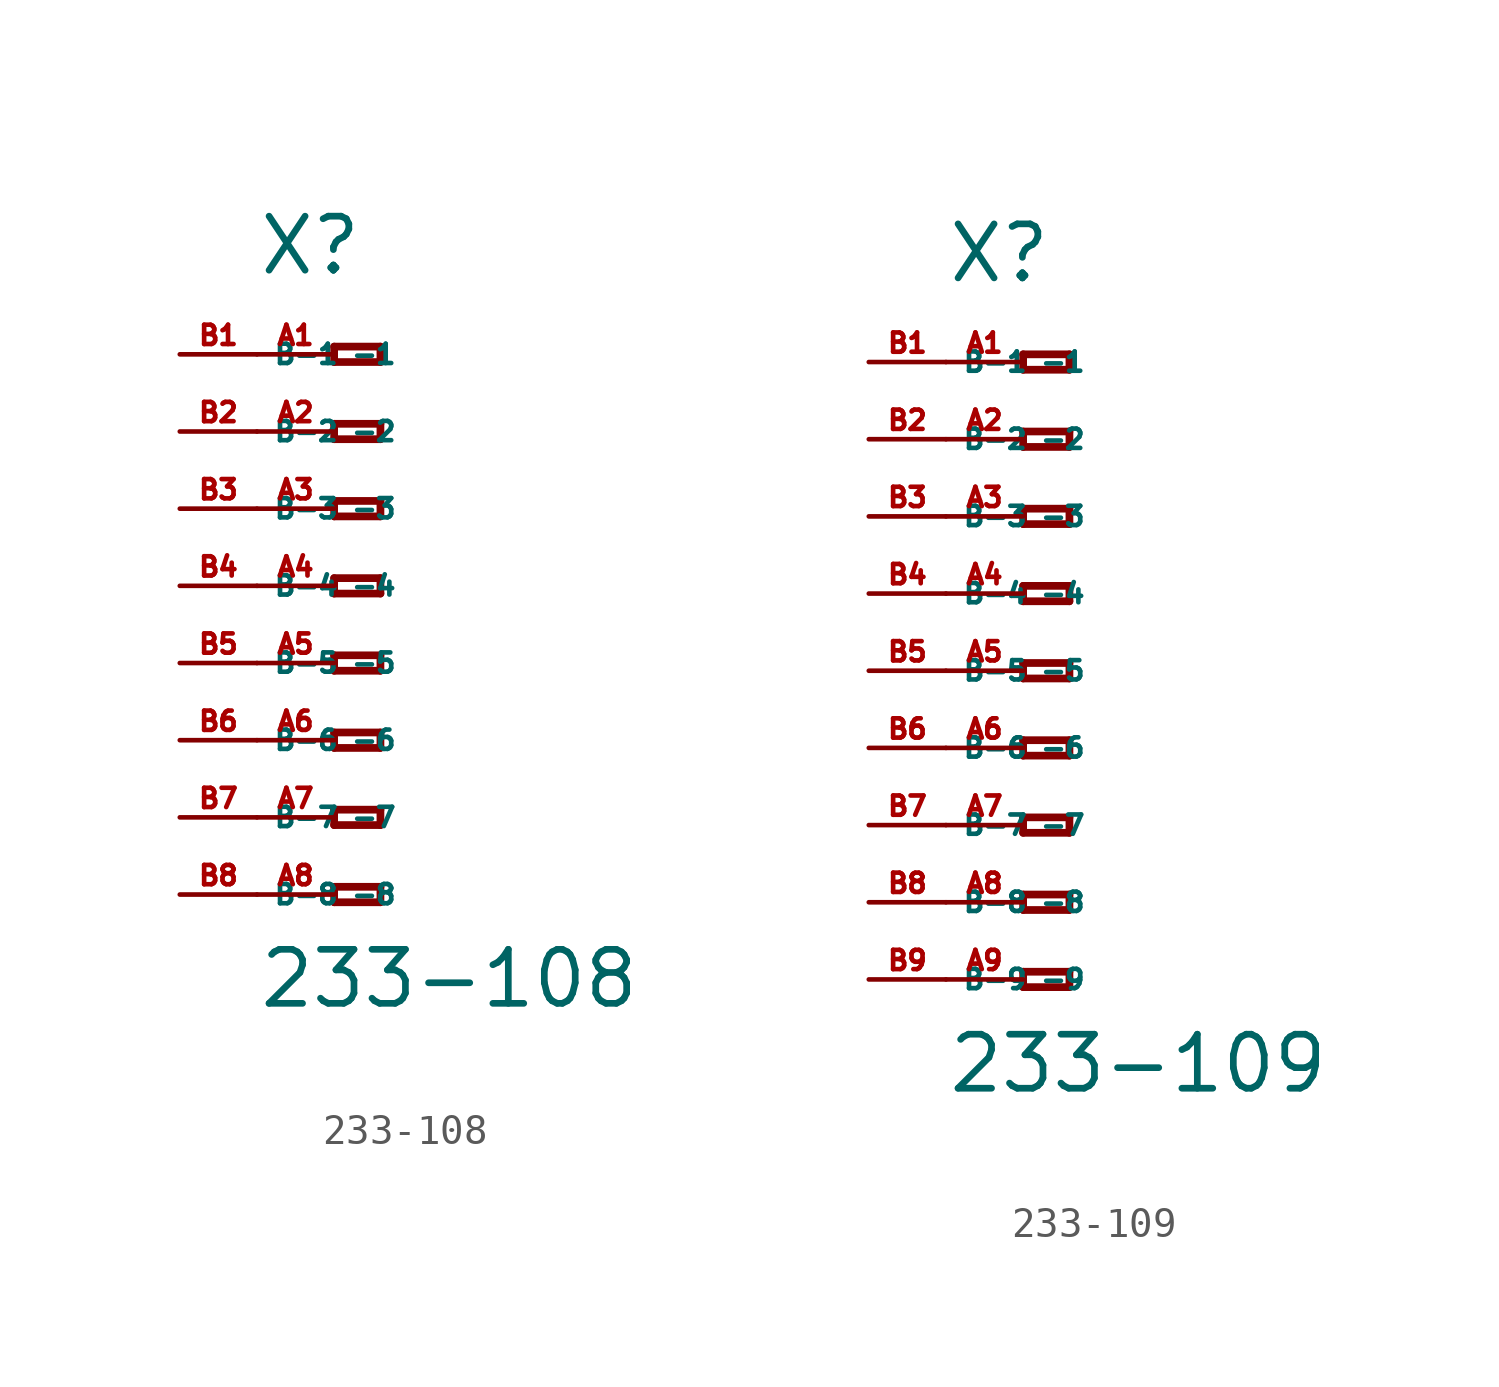
<source format=kicad_sym>
(kicad_symbol_lib
  (version 20220914)
  (generator Eagle2Kicad)
  (symbol "233-108"
    (property "Reference" "X"
      (at -5.08 10.16 0)
      (effects (font (size 1.778 1.778) (thickness 0.22)) (justify left bottom)))
    (property "Value" "233-108"
      (at -5.08 -13.97 0)
      (effects (font (size 1.778 1.778) (thickness 0.22)) (justify left bottom)))
    (polyline
      (pts (xy -2.54 7.874) (xy -2.54 7.366))
      (stroke (width 0.254) (type default))
      (fill (type none)))
    (polyline
      (pts (xy -2.54 7.366) (xy -1.016 7.366))
      (stroke (width 0.254) (type default))
      (fill (type none)))
    (polyline
      (pts (xy -1.016 7.366) (xy -1.016 7.874))
      (stroke (width 0.254) (type default))
      (fill (type none)))
    (polyline
      (pts (xy -1.016 7.874) (xy -2.54 7.874))
      (stroke (width 0.254) (type default))
      (fill (type none)))
    (polyline
      (pts (xy -2.54 5.334) (xy -2.54 4.826))
      (stroke (width 0.254) (type default))
      (fill (type none)))
    (polyline
      (pts (xy -2.54 4.826) (xy -1.016 4.826))
      (stroke (width 0.254) (type default))
      (fill (type none)))
    (polyline
      (pts (xy -1.016 4.826) (xy -1.016 5.334))
      (stroke (width 0.254) (type default))
      (fill (type none)))
    (polyline
      (pts (xy -1.016 5.334) (xy -2.54 5.334))
      (stroke (width 0.254) (type default))
      (fill (type none)))
    (polyline
      (pts (xy -2.54 2.794) (xy -2.54 2.286))
      (stroke (width 0.254) (type default))
      (fill (type none)))
    (polyline
      (pts (xy -2.54 2.286) (xy -1.016 2.286))
      (stroke (width 0.254) (type default))
      (fill (type none)))
    (polyline
      (pts (xy -1.016 2.286) (xy -1.016 2.794))
      (stroke (width 0.254) (type default))
      (fill (type none)))
    (polyline
      (pts (xy -1.016 2.794) (xy -2.54 2.794))
      (stroke (width 0.254) (type default))
      (fill (type none)))
    (polyline
      (pts (xy -2.54 0.254) (xy -2.54 -0.254))
      (stroke (width 0.254) (type default))
      (fill (type none)))
    (polyline
      (pts (xy -2.54 -0.254) (xy -1.016 -0.254))
      (stroke (width 0.254) (type default))
      (fill (type none)))
    (polyline
      (pts (xy -1.016 -0.254) (xy -1.016 0.254))
      (stroke (width 0.254) (type default))
      (fill (type none)))
    (polyline
      (pts (xy -1.016 0.254) (xy -2.54 0.254))
      (stroke (width 0.254) (type default))
      (fill (type none)))
    (polyline
      (pts (xy -2.54 -2.286) (xy -2.54 -2.794))
      (stroke (width 0.254) (type default))
      (fill (type none)))
    (polyline
      (pts (xy -2.54 -2.794) (xy -1.016 -2.794))
      (stroke (width 0.254) (type default))
      (fill (type none)))
    (polyline
      (pts (xy -1.016 -2.794) (xy -1.016 -2.286))
      (stroke (width 0.254) (type default))
      (fill (type none)))
    (polyline
      (pts (xy -1.016 -2.286) (xy -2.54 -2.286))
      (stroke (width 0.254) (type default))
      (fill (type none)))
    (polyline
      (pts (xy -2.54 -4.826) (xy -2.54 -5.334))
      (stroke (width 0.254) (type default))
      (fill (type none)))
    (polyline
      (pts (xy -2.54 -5.334) (xy -1.016 -5.334))
      (stroke (width 0.254) (type default))
      (fill (type none)))
    (polyline
      (pts (xy -1.016 -5.334) (xy -1.016 -4.826))
      (stroke (width 0.254) (type default))
      (fill (type none)))
    (polyline
      (pts (xy -1.016 -4.826) (xy -2.54 -4.826))
      (stroke (width 0.254) (type default))
      (fill (type none)))
    (polyline
      (pts (xy -2.54 -7.366) (xy -2.54 -7.874))
      (stroke (width 0.254) (type default))
      (fill (type none)))
    (polyline
      (pts (xy -2.54 -7.874) (xy -1.016 -7.874))
      (stroke (width 0.254) (type default))
      (fill (type none)))
    (polyline
      (pts (xy -1.016 -7.874) (xy -1.016 -7.366))
      (stroke (width 0.254) (type default))
      (fill (type none)))
    (polyline
      (pts (xy -1.016 -7.366) (xy -2.54 -7.366))
      (stroke (width 0.254) (type default))
      (fill (type none)))
    (polyline
      (pts (xy -2.54 -9.906) (xy -2.54 -10.414))
      (stroke (width 0.254) (type default))
      (fill (type none)))
    (polyline
      (pts (xy -2.54 -10.414) (xy -1.016 -10.414))
      (stroke (width 0.254) (type default))
      (fill (type none)))
    (polyline
      (pts (xy -1.016 -10.414) (xy -1.016 -9.906))
      (stroke (width 0.254) (type default))
      (fill (type none)))
    (polyline
      (pts (xy -1.016 -9.906) (xy -2.54 -9.906))
      (stroke (width 0.254) (type default))
      (fill (type none)))
    (pin passive line
      (at -5.08 7.62 0)
      (length 2.54)
      (name "-1" (effects (font (size 0.635 0.635) (thickness 0.08)) (justify left bottom)))
      (number "A1" (effects (font (size 0.635 0.635) (thickness 0.08)) (justify left bottom))))
    (pin passive line
      (at -5.08 5.08 0)
      (length 2.54)
      (name "-2" (effects (font (size 0.635 0.635) (thickness 0.08)) (justify left bottom)))
      (number "A2" (effects (font (size 0.635 0.635) (thickness 0.08)) (justify left bottom))))
    (pin passive line
      (at -5.08 2.54 0)
      (length 2.54)
      (name "-3" (effects (font (size 0.635 0.635) (thickness 0.08)) (justify left bottom)))
      (number "A3" (effects (font (size 0.635 0.635) (thickness 0.08)) (justify left bottom))))
    (pin passive line
      (at -5.08 0 0)
      (length 2.54)
      (name "-4" (effects (font (size 0.635 0.635) (thickness 0.08)) (justify left bottom)))
      (number "A4" (effects (font (size 0.635 0.635) (thickness 0.08)) (justify left bottom))))
    (pin passive line
      (at -5.08 -2.54 0)
      (length 2.54)
      (name "-5" (effects (font (size 0.635 0.635) (thickness 0.08)) (justify left bottom)))
      (number "A5" (effects (font (size 0.635 0.635) (thickness 0.08)) (justify left bottom))))
    (pin passive line
      (at -5.08 -5.08 0)
      (length 2.54)
      (name "-6" (effects (font (size 0.635 0.635) (thickness 0.08)) (justify left bottom)))
      (number "A6" (effects (font (size 0.635 0.635) (thickness 0.08)) (justify left bottom))))
    (pin passive line
      (at -5.08 -7.62 0)
      (length 2.54)
      (name "-7" (effects (font (size 0.635 0.635) (thickness 0.08)) (justify left bottom)))
      (number "A7" (effects (font (size 0.635 0.635) (thickness 0.08)) (justify left bottom))))
    (pin passive line
      (at -5.08 -10.16 0)
      (length 2.54)
      (name "-8" (effects (font (size 0.635 0.635) (thickness 0.08)) (justify left bottom)))
      (number "A8" (effects (font (size 0.635 0.635) (thickness 0.08)) (justify left bottom))))
    (pin passive line
      (at -7.62 -10.16 0)
      (length 2.54)
      (name "B-8" (effects (font (size 0.635 0.635) (thickness 0.08)) (justify left bottom)))
      (number "B8" (effects (font (size 0.635 0.635) (thickness 0.08)) (justify left bottom))))
    (pin passive line
      (at -7.62 7.62 0)
      (length 2.54)
      (name "B-1" (effects (font (size 0.635 0.635) (thickness 0.08)) (justify left bottom)))
      (number "B1" (effects (font (size 0.635 0.635) (thickness 0.08)) (justify left bottom))))
    (pin passive line
      (at -7.62 5.08 0)
      (length 2.54)
      (name "B-2" (effects (font (size 0.635 0.635) (thickness 0.08)) (justify left bottom)))
      (number "B2" (effects (font (size 0.635 0.635) (thickness 0.08)) (justify left bottom))))
    (pin passive line
      (at -7.62 2.54 0)
      (length 2.54)
      (name "B-3" (effects (font (size 0.635 0.635) (thickness 0.08)) (justify left bottom)))
      (number "B3" (effects (font (size 0.635 0.635) (thickness 0.08)) (justify left bottom))))
    (pin passive line
      (at -7.62 0 0)
      (length 2.54)
      (name "B-4" (effects (font (size 0.635 0.635) (thickness 0.08)) (justify left bottom)))
      (number "B4" (effects (font (size 0.635 0.635) (thickness 0.08)) (justify left bottom))))
    (pin passive line
      (at -7.62 -2.54 0)
      (length 2.54)
      (name "B-5" (effects (font (size 0.635 0.635) (thickness 0.08)) (justify left bottom)))
      (number "B5" (effects (font (size 0.635 0.635) (thickness 0.08)) (justify left bottom))))
    (pin passive line
      (at -7.62 -5.08 0)
      (length 2.54)
      (name "B-6" (effects (font (size 0.635 0.635) (thickness 0.08)) (justify left bottom)))
      (number "B6" (effects (font (size 0.635 0.635) (thickness 0.08)) (justify left bottom))))
    (pin passive line
      (at -7.62 -7.62 0)
      (length 2.54)
      (name "B-7" (effects (font (size 0.635 0.635) (thickness 0.08)) (justify left bottom)))
      (number "B7" (effects (font (size 0.635 0.635) (thickness 0.08)) (justify left bottom)))))
  (symbol "233-109"
    (property "Reference" "X"
      (at -5.08 12.7 0)
      (effects (font (size 1.778 1.778) (thickness 0.22)) (justify left bottom)))
    (property "Value" "233-109"
      (at -5.08 -13.97 0)
      (effects (font (size 1.778 1.778) (thickness 0.22)) (justify left bottom)))
    (polyline
      (pts (xy -2.54 10.414) (xy -2.54 9.906))
      (stroke (width 0.254) (type default))
      (fill (type none)))
    (polyline
      (pts (xy -2.54 9.906) (xy -1.016 9.906))
      (stroke (width 0.254) (type default))
      (fill (type none)))
    (polyline
      (pts (xy -1.016 9.906) (xy -1.016 10.414))
      (stroke (width 0.254) (type default))
      (fill (type none)))
    (polyline
      (pts (xy -1.016 10.414) (xy -2.54 10.414))
      (stroke (width 0.254) (type default))
      (fill (type none)))
    (polyline
      (pts (xy -2.54 7.874) (xy -2.54 7.366))
      (stroke (width 0.254) (type default))
      (fill (type none)))
    (polyline
      (pts (xy -2.54 7.366) (xy -1.016 7.366))
      (stroke (width 0.254) (type default))
      (fill (type none)))
    (polyline
      (pts (xy -1.016 7.366) (xy -1.016 7.874))
      (stroke (width 0.254) (type default))
      (fill (type none)))
    (polyline
      (pts (xy -1.016 7.874) (xy -2.54 7.874))
      (stroke (width 0.254) (type default))
      (fill (type none)))
    (polyline
      (pts (xy -2.54 5.334) (xy -2.54 4.826))
      (stroke (width 0.254) (type default))
      (fill (type none)))
    (polyline
      (pts (xy -2.54 4.826) (xy -1.016 4.826))
      (stroke (width 0.254) (type default))
      (fill (type none)))
    (polyline
      (pts (xy -1.016 4.826) (xy -1.016 5.334))
      (stroke (width 0.254) (type default))
      (fill (type none)))
    (polyline
      (pts (xy -1.016 5.334) (xy -2.54 5.334))
      (stroke (width 0.254) (type default))
      (fill (type none)))
    (polyline
      (pts (xy -2.54 2.794) (xy -2.54 2.286))
      (stroke (width 0.254) (type default))
      (fill (type none)))
    (polyline
      (pts (xy -2.54 2.286) (xy -1.016 2.286))
      (stroke (width 0.254) (type default))
      (fill (type none)))
    (polyline
      (pts (xy -1.016 2.286) (xy -1.016 2.794))
      (stroke (width 0.254) (type default))
      (fill (type none)))
    (polyline
      (pts (xy -1.016 2.794) (xy -2.54 2.794))
      (stroke (width 0.254) (type default))
      (fill (type none)))
    (polyline
      (pts (xy -2.54 0.254) (xy -2.54 -0.254))
      (stroke (width 0.254) (type default))
      (fill (type none)))
    (polyline
      (pts (xy -2.54 -0.254) (xy -1.016 -0.254))
      (stroke (width 0.254) (type default))
      (fill (type none)))
    (polyline
      (pts (xy -1.016 -0.254) (xy -1.016 0.254))
      (stroke (width 0.254) (type default))
      (fill (type none)))
    (polyline
      (pts (xy -1.016 0.254) (xy -2.54 0.254))
      (stroke (width 0.254) (type default))
      (fill (type none)))
    (polyline
      (pts (xy -2.54 -2.286) (xy -2.54 -2.794))
      (stroke (width 0.254) (type default))
      (fill (type none)))
    (polyline
      (pts (xy -2.54 -2.794) (xy -1.016 -2.794))
      (stroke (width 0.254) (type default))
      (fill (type none)))
    (polyline
      (pts (xy -1.016 -2.794) (xy -1.016 -2.286))
      (stroke (width 0.254) (type default))
      (fill (type none)))
    (polyline
      (pts (xy -1.016 -2.286) (xy -2.54 -2.286))
      (stroke (width 0.254) (type default))
      (fill (type none)))
    (polyline
      (pts (xy -2.54 -4.826) (xy -2.54 -5.334))
      (stroke (width 0.254) (type default))
      (fill (type none)))
    (polyline
      (pts (xy -2.54 -5.334) (xy -1.016 -5.334))
      (stroke (width 0.254) (type default))
      (fill (type none)))
    (polyline
      (pts (xy -1.016 -5.334) (xy -1.016 -4.826))
      (stroke (width 0.254) (type default))
      (fill (type none)))
    (polyline
      (pts (xy -1.016 -4.826) (xy -2.54 -4.826))
      (stroke (width 0.254) (type default))
      (fill (type none)))
    (polyline
      (pts (xy -2.54 -7.366) (xy -2.54 -7.874))
      (stroke (width 0.254) (type default))
      (fill (type none)))
    (polyline
      (pts (xy -2.54 -7.874) (xy -1.016 -7.874))
      (stroke (width 0.254) (type default))
      (fill (type none)))
    (polyline
      (pts (xy -1.016 -7.874) (xy -1.016 -7.366))
      (stroke (width 0.254) (type default))
      (fill (type none)))
    (polyline
      (pts (xy -1.016 -7.366) (xy -2.54 -7.366))
      (stroke (width 0.254) (type default))
      (fill (type none)))
    (polyline
      (pts (xy -2.54 -9.906) (xy -2.54 -10.414))
      (stroke (width 0.254) (type default))
      (fill (type none)))
    (polyline
      (pts (xy -2.54 -10.414) (xy -1.016 -10.414))
      (stroke (width 0.254) (type default))
      (fill (type none)))
    (polyline
      (pts (xy -1.016 -10.414) (xy -1.016 -9.906))
      (stroke (width 0.254) (type default))
      (fill (type none)))
    (polyline
      (pts (xy -1.016 -9.906) (xy -2.54 -9.906))
      (stroke (width 0.254) (type default))
      (fill (type none)))
    (pin passive line
      (at -5.08 10.16 0)
      (length 2.54)
      (name "-1" (effects (font (size 0.635 0.635) (thickness 0.08)) (justify left bottom)))
      (number "A1" (effects (font (size 0.635 0.635) (thickness 0.08)) (justify left bottom))))
    (pin passive line
      (at -5.08 7.62 0)
      (length 2.54)
      (name "-2" (effects (font (size 0.635 0.635) (thickness 0.08)) (justify left bottom)))
      (number "A2" (effects (font (size 0.635 0.635) (thickness 0.08)) (justify left bottom))))
    (pin passive line
      (at -5.08 5.08 0)
      (length 2.54)
      (name "-3" (effects (font (size 0.635 0.635) (thickness 0.08)) (justify left bottom)))
      (number "A3" (effects (font (size 0.635 0.635) (thickness 0.08)) (justify left bottom))))
    (pin passive line
      (at -5.08 2.54 0)
      (length 2.54)
      (name "-4" (effects (font (size 0.635 0.635) (thickness 0.08)) (justify left bottom)))
      (number "A4" (effects (font (size 0.635 0.635) (thickness 0.08)) (justify left bottom))))
    (pin passive line
      (at -5.08 0 0)
      (length 2.54)
      (name "-5" (effects (font (size 0.635 0.635) (thickness 0.08)) (justify left bottom)))
      (number "A5" (effects (font (size 0.635 0.635) (thickness 0.08)) (justify left bottom))))
    (pin passive line
      (at -5.08 -2.54 0)
      (length 2.54)
      (name "-6" (effects (font (size 0.635 0.635) (thickness 0.08)) (justify left bottom)))
      (number "A6" (effects (font (size 0.635 0.635) (thickness 0.08)) (justify left bottom))))
    (pin passive line
      (at -5.08 -5.08 0)
      (length 2.54)
      (name "-7" (effects (font (size 0.635 0.635) (thickness 0.08)) (justify left bottom)))
      (number "A7" (effects (font (size 0.635 0.635) (thickness 0.08)) (justify left bottom))))
    (pin passive line
      (at -5.08 -7.62 0)
      (length 2.54)
      (name "-8" (effects (font (size 0.635 0.635) (thickness 0.08)) (justify left bottom)))
      (number "A8" (effects (font (size 0.635 0.635) (thickness 0.08)) (justify left bottom))))
    (pin passive line
      (at -5.08 -10.16 0)
      (length 2.54)
      (name "-9" (effects (font (size 0.635 0.635) (thickness 0.08)) (justify left bottom)))
      (number "A9" (effects (font (size 0.635 0.635) (thickness 0.08)) (justify left bottom))))
    (pin passive line
      (at -7.62 -10.16 0)
      (length 2.54)
      (name "B-9" (effects (font (size 0.635 0.635) (thickness 0.08)) (justify left bottom)))
      (number "B9" (effects (font (size 0.635 0.635) (thickness 0.08)) (justify left bottom))))
    (pin passive line
      (at -7.62 10.16 0)
      (length 2.54)
      (name "B-1" (effects (font (size 0.635 0.635) (thickness 0.08)) (justify left bottom)))
      (number "B1" (effects (font (size 0.635 0.635) (thickness 0.08)) (justify left bottom))))
    (pin passive line
      (at -7.62 7.62 0)
      (length 2.54)
      (name "B-2" (effects (font (size 0.635 0.635) (thickness 0.08)) (justify left bottom)))
      (number "B2" (effects (font (size 0.635 0.635) (thickness 0.08)) (justify left bottom))))
    (pin passive line
      (at -7.62 5.08 0)
      (length 2.54)
      (name "B-3" (effects (font (size 0.635 0.635) (thickness 0.08)) (justify left bottom)))
      (number "B3" (effects (font (size 0.635 0.635) (thickness 0.08)) (justify left bottom))))
    (pin passive line
      (at -7.62 2.54 0)
      (length 2.54)
      (name "B-4" (effects (font (size 0.635 0.635) (thickness 0.08)) (justify left bottom)))
      (number "B4" (effects (font (size 0.635 0.635) (thickness 0.08)) (justify left bottom))))
    (pin passive line
      (at -7.62 0 0)
      (length 2.54)
      (name "B-5" (effects (font (size 0.635 0.635) (thickness 0.08)) (justify left bottom)))
      (number "B5" (effects (font (size 0.635 0.635) (thickness 0.08)) (justify left bottom))))
    (pin passive line
      (at -7.62 -2.54 0)
      (length 2.54)
      (name "B-6" (effects (font (size 0.635 0.635) (thickness 0.08)) (justify left bottom)))
      (number "B6" (effects (font (size 0.635 0.635) (thickness 0.08)) (justify left bottom))))
    (pin passive line
      (at -7.62 -5.08 0)
      (length 2.54)
      (name "B-7" (effects (font (size 0.635 0.635) (thickness 0.08)) (justify left bottom)))
      (number "B7" (effects (font (size 0.635 0.635) (thickness 0.08)) (justify left bottom))))
    (pin passive line
      (at -7.62 -7.62 0)
      (length 2.54)
      (name "B-8" (effects (font (size 0.635 0.635) (thickness 0.08)) (justify left bottom)))
      (number "B8" (effects (font (size 0.635 0.635) (thickness 0.08)) (justify left bottom))))))
</source>
